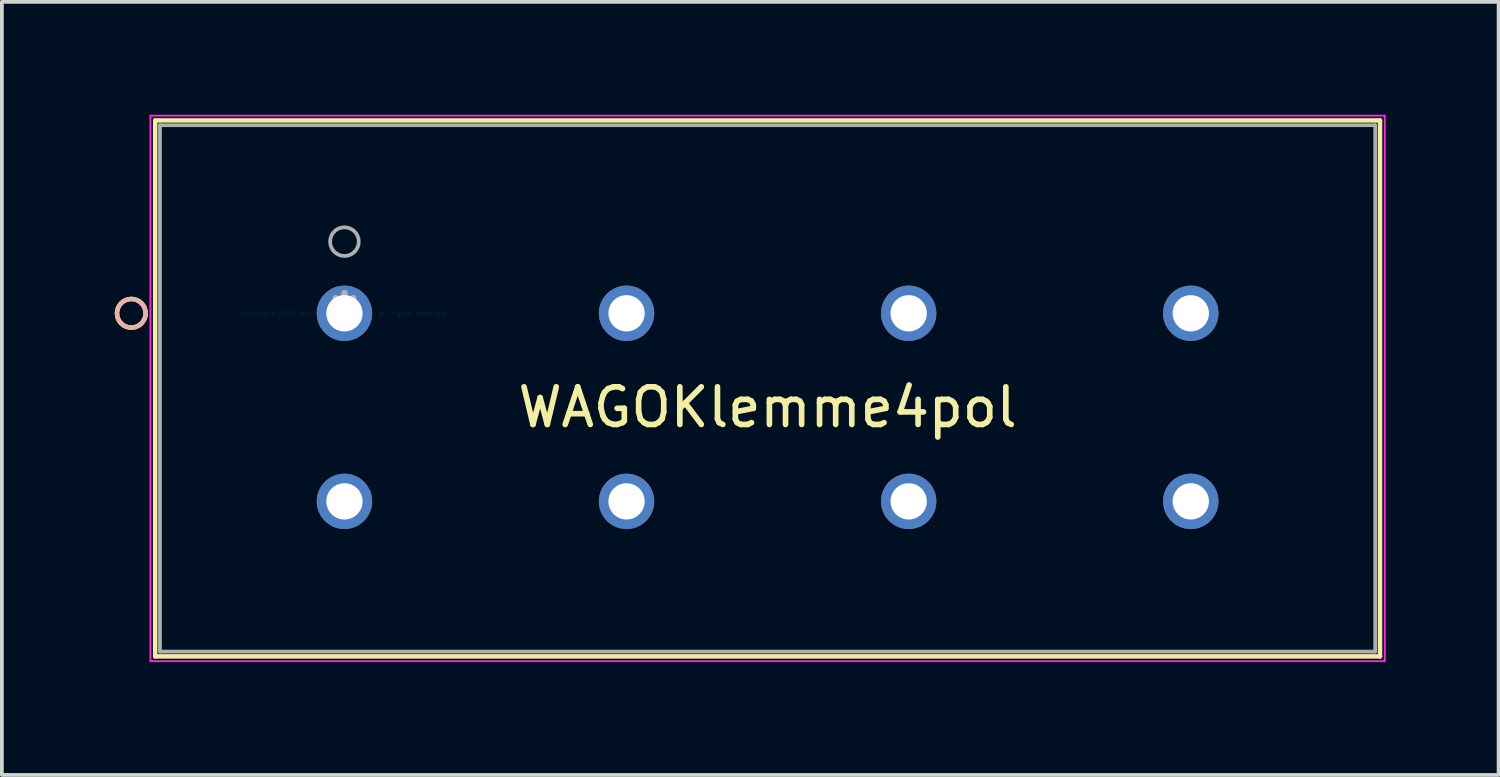
<source format=kicad_pcb>
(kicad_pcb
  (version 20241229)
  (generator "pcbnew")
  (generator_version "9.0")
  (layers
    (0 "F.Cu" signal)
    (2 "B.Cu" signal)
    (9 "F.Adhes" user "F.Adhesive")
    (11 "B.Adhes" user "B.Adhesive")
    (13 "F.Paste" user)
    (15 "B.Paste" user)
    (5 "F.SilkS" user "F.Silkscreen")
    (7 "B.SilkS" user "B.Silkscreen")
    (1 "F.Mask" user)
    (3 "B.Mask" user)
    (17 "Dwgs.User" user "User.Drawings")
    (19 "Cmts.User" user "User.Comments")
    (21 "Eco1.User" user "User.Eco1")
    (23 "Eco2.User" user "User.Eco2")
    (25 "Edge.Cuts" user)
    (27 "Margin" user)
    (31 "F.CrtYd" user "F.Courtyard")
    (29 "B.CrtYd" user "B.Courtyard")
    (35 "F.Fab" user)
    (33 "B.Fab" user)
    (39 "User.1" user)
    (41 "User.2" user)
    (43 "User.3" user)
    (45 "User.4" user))
  (footprint "WAGOKlemme4pol"
    (layer "F.Cu")
    (at 6.107 5.279)
    (property "Reference" "WAGOKlemme4pol" (at 11.25 2.5 0) (layer "F.SilkS") (effects (font (size 1 1) (thickness 0.15))))
    (attr through_hole)
    (fp_line (start -5.031 -5.127) (end -5.031 9.122) (stroke (width 0.12) (type solid)) (layer "F.SilkS"))
    (fp_line (start -5.031 9.122) (end 27.531 9.122) (stroke (width 0.12) (type solid)) (layer "F.SilkS"))
    (fp_line (start 27.531 -5.127) (end -5.031 -5.127) (stroke (width 0.12) (type solid)) (layer "F.SilkS"))
    (fp_line (start 27.531 9.122) (end 27.531 -5.127) (stroke (width 0.12) (type solid)) (layer "F.SilkS"))
    (fp_circle (center -5.666 0) (end -5.285 0) (stroke (width 0.12) (type solid)) (fill no) (layer "F.SilkS"))
    (fp_circle (center -5.666 0) (end -5.285 0) (stroke (width 0.12) (type solid)) (fill no) (layer "B.SilkS"))
    (fp_line (start -5.158 -5.254) (end -5.158 9.249) (stroke (width 0.05) (type solid)) (layer "F.CrtYd"))
    (fp_line (start -5.158 9.249) (end 27.658 9.249) (stroke (width 0.05) (type solid)) (layer "F.CrtYd"))
    (fp_line (start 27.658 -5.254) (end -5.158 -5.254) (stroke (width 0.05) (type solid)) (layer "F.CrtYd"))
    (fp_line (start 27.658 9.249) (end 27.658 -5.254) (stroke (width 0.05) (type solid)) (layer "F.CrtYd"))
    (fp_line (start -4.904 -5) (end -4.904 8.995) (stroke (width 0.1) (type solid)) (layer "F.Fab"))
    (fp_line (start -4.904 8.995) (end 27.404 8.995) (stroke (width 0.1) (type solid)) (layer "F.Fab"))
    (fp_line (start 27.404 -5) (end -4.904 -5) (stroke (width 0.1) (type solid)) (layer "F.Fab"))
    (fp_line (start 27.404 8.995) (end 27.404 -5) (stroke (width 0.1) (type solid)) (layer "F.Fab"))
    (fp_circle (center 0 -1.905) (end 0.381 -1.905) (stroke (width 0.1) (type solid)) (fill no) (layer "F.Fab"))
    (fp_text user "*" (at 0 0 0) (layer "F.SilkS") (effects (font (size 1 1) (thickness 0.15))))
    (fp_text user "Copyright 2021 Accelerated Designs. All rights reserved." (at 0 0 0) (layer "Cmts.User") (effects (font (size 0.127 0.127) (thickness 0.002))))
    (fp_text user "*" (at 0 0 0) (layer "F.Fab") (effects (font (size 1 1) (thickness 0.15))))
    (pad "1" thru_hole circle (at 0 0) (size 1.473 1.473) (drill 0.965) (layers "*.Cu" "*.Mask"))
    (pad "2" thru_hole circle (at 0 5) (size 1.473 1.473) (drill 0.965) (layers "*.Cu" "*.Mask"))
    (pad "3" thru_hole circle (at 7.5 0) (size 1.473 1.473) (drill 0.965) (layers "*.Cu" "*.Mask"))
    (pad "4" thru_hole circle (at 7.5 5) (size 1.473 1.473) (drill 0.965) (layers "*.Cu" "*.Mask"))
    (pad "5" thru_hole circle (at 15 0) (size 1.473 1.473) (drill 0.965) (layers "*.Cu" "*.Mask"))
    (pad "6" thru_hole circle (at 15 5) (size 1.473 1.473) (drill 0.965) (layers "*.Cu" "*.Mask"))
    (pad "7" thru_hole circle (at 22.5 0) (size 1.473 1.473) (drill 0.965) (layers "*.Cu" "*.Mask"))
    (pad "8" thru_hole circle (at 22.5 5) (size 1.473 1.473) (drill 0.965) (layers "*.Cu" "*.Mask")))
  (gr_rect
    (start -3 -3)
    (end 36.791 17.553)
    (stroke (width 0.1) (type default))
    (fill no)
    (layer "Edge.Cuts")))
</source>
